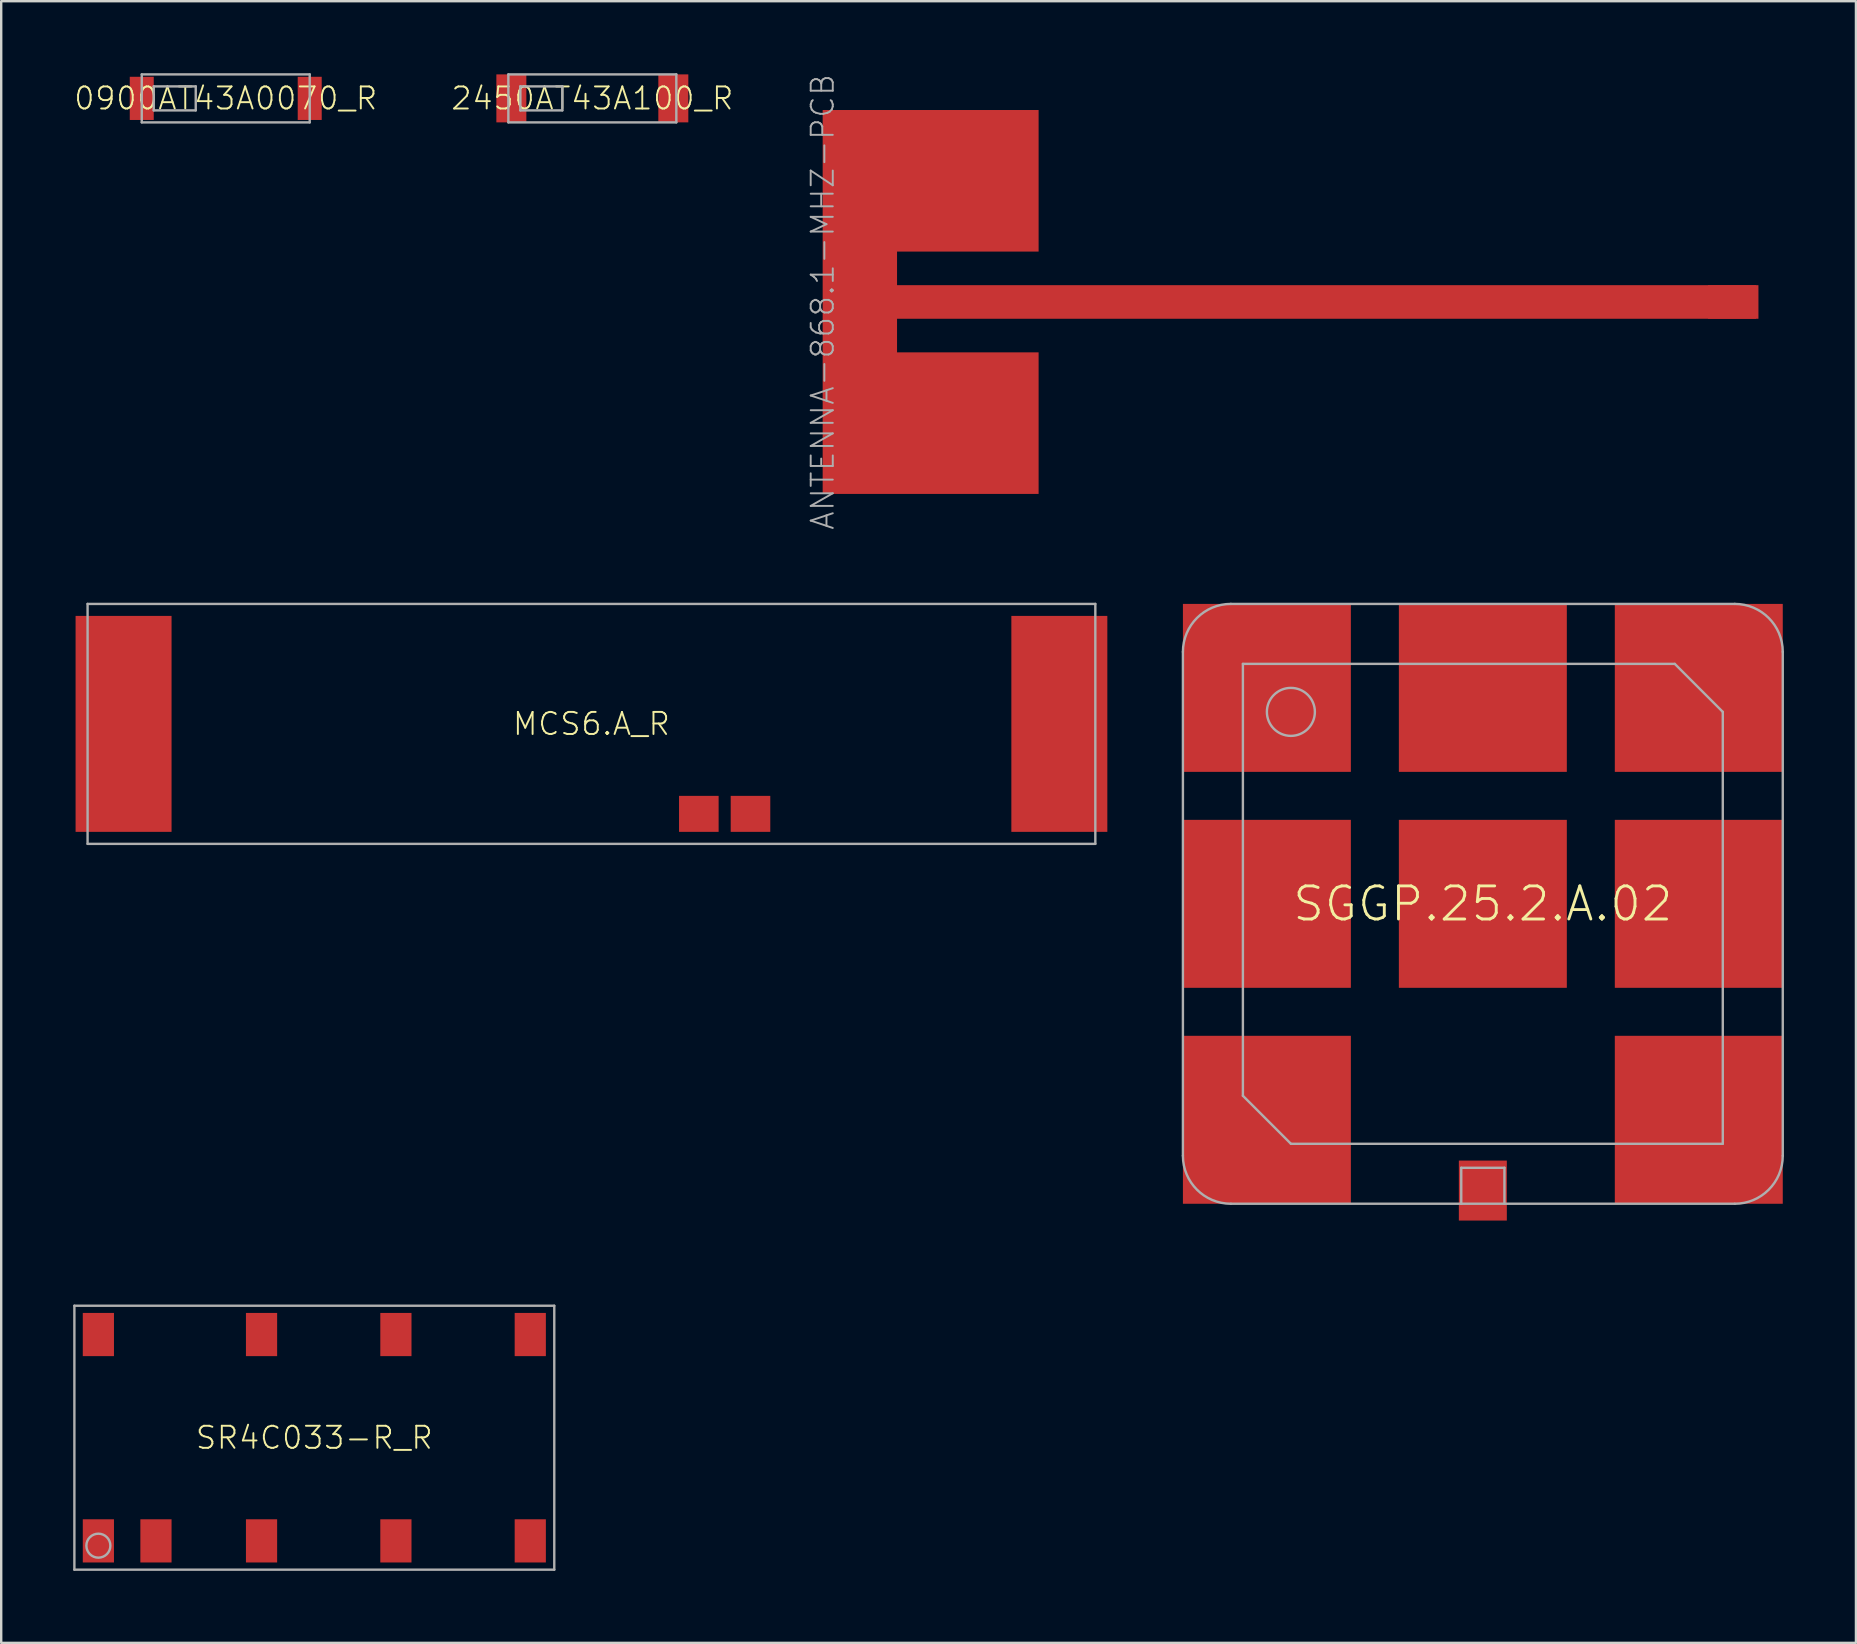
<source format=kicad_pcb>
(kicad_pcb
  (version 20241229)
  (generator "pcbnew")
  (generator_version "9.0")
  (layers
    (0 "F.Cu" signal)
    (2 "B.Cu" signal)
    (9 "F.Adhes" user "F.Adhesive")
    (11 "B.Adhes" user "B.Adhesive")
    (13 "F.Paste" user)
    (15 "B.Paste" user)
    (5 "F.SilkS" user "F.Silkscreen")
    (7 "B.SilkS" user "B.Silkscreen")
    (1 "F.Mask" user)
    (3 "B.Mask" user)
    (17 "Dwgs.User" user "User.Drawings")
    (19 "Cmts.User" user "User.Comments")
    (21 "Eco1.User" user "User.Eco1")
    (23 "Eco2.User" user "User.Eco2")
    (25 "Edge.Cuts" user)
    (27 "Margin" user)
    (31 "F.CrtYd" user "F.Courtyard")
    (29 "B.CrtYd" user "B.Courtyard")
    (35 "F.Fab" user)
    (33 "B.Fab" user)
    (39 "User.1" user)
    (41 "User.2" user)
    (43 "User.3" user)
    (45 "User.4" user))
  (footprint "ANTENNA-868.1-MHZ-PCB"
    (layer "F.Cu")
    (at 31.236 9.535)
    (property "Reference" "ANTENNA-868.1-MHZ-PCB" (at 0 0 90) (unlocked yes) (layer "F.Fab") (effects (font (size 0.92 0.92) (thickness 0.08))))
    (fp_poly (pts (xy 9 -2.1) (xy 3.1 -2.1) (xy 3.1 -0.7) (xy 39 -0.7) (xy 39 0.7) (xy 3.1 0.7) (xy 3.1 2.1) (xy 9 2.1) (xy 9 8) (xy 0 8) (xy 0 -8) (xy 9 -8)) (stroke (width 0) (type default)) (fill yes) (layer "F.Cu"))
    (pad "1" smd rect (at 37.9 0 90) (size 1.4 2) (layers "F.Cu")))
  (footprint "0900AT43A0070_R"
    (layer "F.Cu")
    (at 6.358 1.05)
    (property "Reference" "0900AT43A0070_R" (at 0 0 0) (unlocked yes) (layer "F.SilkS") (effects (font (size 0.92 0.92) (thickness 0.08))))
    (fp_poly (pts (xy -3 0.9) (xy -4 0.9) (xy -4 -0.9) (xy -3 -0.9)) (stroke (width 0) (type default)) (fill yes) (layer "F.Paste"))
    (fp_poly (pts (xy 4 0.9) (xy 3 0.9) (xy 3 -0.9) (xy 4 -0.9)) (stroke (width 0) (type default)) (fill yes) (layer "F.Paste"))
    (fp_line (start -3.5 -1) (end -3.5 1) (stroke (width 0.1) (type solid)) (layer "F.Fab"))
    (fp_line (start -3.5 1) (end 3.5 1) (stroke (width 0.1) (type solid)) (layer "F.Fab"))
    (fp_line (start -3 -0.5) (end -3 0.5) (stroke (width 0.1) (type solid)) (layer "F.Fab"))
    (fp_line (start -3 0.5) (end -1.25 0.5) (stroke (width 0.1) (type solid)) (layer "F.Fab"))
    (fp_line (start -1.25 -0.5) (end -3 -0.5) (stroke (width 0.1) (type solid)) (layer "F.Fab"))
    (fp_line (start -1.25 0.5) (end -1.25 -0.5) (stroke (width 0.1) (type solid)) (layer "F.Fab"))
    (fp_line (start 3.5 -1) (end -3.5 -1) (stroke (width 0.1) (type solid)) (layer "F.Fab"))
    (fp_line (start 3.5 1) (end 3.5 -1) (stroke (width 0.1) (type solid)) (layer "F.Fab"))
    (pad "1" smd rect (at -3.5 0 180) (size 1 1.8) (layers "F.Cu" "F.Mask"))
    (pad "2" smd rect (at 3.5 0 180) (size 1 1.8) (layers "F.Cu" "F.Mask")))
  (footprint "2450AT43A100_R"
    (layer "F.Cu")
    (at 21.637 1.05)
    (property "Reference" "2450AT43A100_R" (at 0 0 0) (unlocked yes) (layer "F.SilkS") (effects (font (size 0.92 0.92) (thickness 0.08))))
    (fp_line (start -3.5 -1) (end -3.5 1) (stroke (width 0.1) (type solid)) (layer "F.Fab"))
    (fp_line (start -3.5 1) (end 3.5 1) (stroke (width 0.1) (type solid)) (layer "F.Fab"))
    (fp_line (start -3 -0.5) (end -3 0.5) (stroke (width 0.1) (type solid)) (layer "F.Fab"))
    (fp_line (start -3 0.5) (end -1.25 0.5) (stroke (width 0.1) (type solid)) (layer "F.Fab"))
    (fp_line (start -1.25 -0.5) (end -3 -0.5) (stroke (width 0.1) (type solid)) (layer "F.Fab"))
    (fp_line (start -1.25 0.5) (end -1.25 -0.5) (stroke (width 0.1) (type solid)) (layer "F.Fab"))
    (fp_line (start 3.5 -1) (end -3.5 -1) (stroke (width 0.1) (type solid)) (layer "F.Fab"))
    (fp_line (start 3.5 1) (end 3.5 -1) (stroke (width 0.1) (type solid)) (layer "F.Fab"))
    (pad "1" smd rect (at -3.375 0 180) (size 1.25 2) (layers "F.Cu" "F.Mask" "F.Paste"))
    (pad "2" smd rect (at 3.375 0 180) (size 1.25 2) (layers "F.Cu" "F.Mask" "F.Paste")))
  (footprint "MCS6.A_R"
    (layer "F.Cu")
    (at 21.6 27.119)
    (property "Reference" "MCS6.A_R" (at 0 0 0) (unlocked yes) (layer "F.SilkS") (effects (font (size 0.92 0.92) (thickness 0.08))))
    (fp_poly (pts (xy -21.6 4.6) (xy -17.4 4.6) (xy -17.4 -4.6) (xy -21.6 -4.6)) (stroke (width 0) (type default)) (fill yes) (layer "F.Mask"))
    (fp_poly (pts (xy 3.55 4.6) (xy 5.4 4.6) (xy 5.4 2.9) (xy 3.55 2.9)) (stroke (width 0) (type default)) (fill yes) (layer "F.Mask"))
    (fp_poly (pts (xy 5.7 4.6) (xy 7.55 4.6) (xy 7.55 2.9) (xy 5.7 2.9)) (stroke (width 0) (type default)) (fill yes) (layer "F.Mask"))
    (fp_poly (pts (xy 17.4 4.6) (xy 21.6 4.6) (xy 21.6 -4.6) (xy 17.4 -4.6)) (stroke (width 0) (type default)) (fill yes) (layer "F.Mask"))
    (fp_poly (pts (xy -21 3.375) (xy -18 3.375) (xy -18 -3.375) (xy -21 -3.375)) (stroke (width 0) (type default)) (fill yes) (layer "F.Paste"))
    (fp_poly (pts (xy 3.85 4.35) (xy 5.1 4.35) (xy 5.1 3.15) (xy 3.85 3.15)) (stroke (width 0) (type default)) (fill yes) (layer "F.Paste"))
    (fp_poly (pts (xy 6 4.35) (xy 7.25 4.35) (xy 7.25 3.15) (xy 6 3.15)) (stroke (width 0) (type default)) (fill yes) (layer "F.Paste"))
    (fp_poly (pts (xy 18 3.375) (xy 21 3.375) (xy 21 -3.375) (xy 18 -3.375)) (stroke (width 0) (type default)) (fill yes) (layer "F.Paste"))
    (fp_line (start -21 -5) (end 21 -5) (stroke (width 0.1) (type solid)) (layer "F.Fab"))
    (fp_line (start -21 5) (end -21 -5) (stroke (width 0.1) (type solid)) (layer "F.Fab"))
    (fp_line (start 21 -5) (end 21 5) (stroke (width 0.1) (type solid)) (layer "F.Fab"))
    (fp_line (start 21 5) (end -21 5) (stroke (width 0.1) (type solid)) (layer "F.Fab"))
    (pad "1" smd rect (at -19.5 0 90) (size 9 4) (layers "F.Cu"))
    (pad "2" smd rect (at 19.5 0 90) (size 9 4) (layers "F.Cu"))
    (pad "3" smd rect (at 4.475 3.75) (size 1.65 1.5) (layers "F.Cu"))
    (pad "4" smd rect (at 6.628 3.75) (size 1.65 1.5) (layers "F.Cu")))
  (footprint "SR4C033-R_R"
    (layer "F.Cu")
    (at 10.05 56.869)
    (property "Reference" "SR4C033-R_R" (at 0 0 0) (unlocked yes) (layer "F.SilkS") (effects (font (size 0.92 0.92) (thickness 0.08))))
    (fp_line (start -10 -5.5) (end -10 5.5) (stroke (width 0.1) (type solid)) (layer "F.Fab"))
    (fp_line (start -10 5.5) (end 10 5.5) (stroke (width 0.1) (type solid)) (layer "F.Fab"))
    (fp_line (start 10 -5.5) (end -10 -5.5) (stroke (width 0.1) (type solid)) (layer "F.Fab"))
    (fp_line (start 10 5.5) (end 10 -5.5) (stroke (width 0.1) (type solid)) (layer "F.Fab"))
    (fp_circle (center -9 4.5) (end -8.5 4.5) (stroke (width 0.1) (type solid)) (fill no) (layer "F.Fab"))
    (pad "1" smd rect (at -9 4.3) (size 1.3 1.8) (layers "F.Cu" "F.Mask" "F.Paste"))
    (pad "2" smd rect (at -6.6 4.3) (size 1.3 1.8) (layers "F.Cu" "F.Mask" "F.Paste"))
    (pad "3" smd rect (at -2.2 4.3) (size 1.3 1.8) (layers "F.Cu" "F.Mask" "F.Paste"))
    (pad "4" smd rect (at 3.4 4.3) (size 1.3 1.8) (layers "F.Cu" "F.Mask" "F.Paste"))
    (pad "5" smd rect (at 9 4.3) (size 1.3 1.8) (layers "F.Cu" "F.Mask" "F.Paste"))
    (pad "6" smd rect (at 9 -4.3) (size 1.3 1.8) (layers "F.Cu" "F.Mask" "F.Paste"))
    (pad "7" smd rect (at 3.4 -4.3) (size 1.3 1.8) (layers "F.Cu" "F.Mask" "F.Paste"))
    (pad "8" smd rect (at -2.2 -4.3) (size 1.3 1.8) (layers "F.Cu" "F.Mask" "F.Paste"))
    (pad "9" smd rect (at -9 -4.3) (size 1.3 1.8) (layers "F.Cu" "F.Mask" "F.Paste")))
  (footprint "SGGP.25.2.A.02"
    (layer "F.Cu")
    (at 58.75 34.619)
    (property "Reference" "SGGP.25.2.A.02" (at 0 0 0) (unlocked yes) (layer "F.SilkS") (effects (font (size 1.38 1.38) (thickness 0.12))))
    (fp_poly (pts (xy -11.625 -6.375) (xy -6.375 -6.375) (xy -6.375 -11.625) (xy -11.625 -11.625)) (stroke (width 0) (type default)) (fill yes) (layer "F.Paste"))
    (fp_poly (pts (xy -11.625 2.625) (xy -6.375 2.625) (xy -6.375 -2.625) (xy -11.625 -2.625)) (stroke (width 0) (type default)) (fill yes) (layer "F.Paste"))
    (fp_poly (pts (xy -11.625 11.625) (xy -6.375 11.625) (xy -6.375 6.375) (xy -11.625 6.375)) (stroke (width 0) (type default)) (fill yes) (layer "F.Paste"))
    (fp_poly (pts (xy -2.625 -6.375) (xy 2.625 -6.375) (xy 2.625 -11.625) (xy -2.625 -11.625)) (stroke (width 0) (type default)) (fill yes) (layer "F.Paste"))
    (fp_poly (pts (xy -2.625 2.625) (xy 2.625 2.625) (xy 2.625 -2.625) (xy -2.625 -2.625)) (stroke (width 0) (type default)) (fill yes) (layer "F.Paste"))
    (fp_poly (pts (xy -0.75 12.89) (xy 0.75 12.89) (xy 0.75 11.01) (xy -0.75 11.01)) (stroke (width 0) (type default)) (fill yes) (layer "F.Paste"))
    (fp_poly (pts (xy 6.375 -6.375) (xy 11.625 -6.375) (xy 11.625 -11.625) (xy 6.375 -11.625)) (stroke (width 0) (type default)) (fill yes) (layer "F.Paste"))
    (fp_poly (pts (xy 6.375 2.625) (xy 11.625 2.625) (xy 11.625 -2.625) (xy 6.375 -2.625)) (stroke (width 0) (type default)) (fill yes) (layer "F.Paste"))
    (fp_poly (pts (xy 6.375 11.625) (xy 11.625 11.625) (xy 11.625 6.375) (xy 6.375 6.375)) (stroke (width 0) (type default)) (fill yes) (layer "F.Paste"))
    (fp_line (start -12.5 -10.5) (end -12.5 10.5) (stroke (width 0.1) (type solid)) (layer "F.Fab"))
    (fp_line (start -10.5 12.5) (end -0.9 12.5) (stroke (width 0.1) (type solid)) (layer "F.Fab"))
    (fp_line (start -10 -10) (end -10 8) (stroke (width 0.1) (type solid)) (layer "F.Fab"))
    (fp_line (start -8 10) (end -10 8) (stroke (width 0.1) (type solid)) (layer "F.Fab"))
    (fp_line (start -8 10) (end 10 10) (stroke (width 0.1) (type solid)) (layer "F.Fab"))
    (fp_line (start -0.9 11) (end 0.9 11) (stroke (width 0.1) (type solid)) (layer "F.Fab"))
    (fp_line (start -0.9 12.5) (end -0.9 11) (stroke (width 0.1) (type solid)) (layer "F.Fab"))
    (fp_line (start -0.9 12.5) (end 0.9 12.5) (stroke (width 0.1) (type solid)) (layer "F.Fab"))
    (fp_line (start 0.9 11) (end 0.9 12.5) (stroke (width 0.1) (type solid)) (layer "F.Fab"))
    (fp_line (start 0.9 12.5) (end 10.5 12.5) (stroke (width 0.1) (type solid)) (layer "F.Fab"))
    (fp_line (start 8 -10) (end -10 -10) (stroke (width 0.1) (type solid)) (layer "F.Fab"))
    (fp_line (start 10 -8) (end 8 -10) (stroke (width 0.1) (type solid)) (layer "F.Fab"))
    (fp_line (start 10 10) (end 10 -8) (stroke (width 0.1) (type solid)) (layer "F.Fab"))
    (fp_line (start 10.5 -12.5) (end -10.5 -12.5) (stroke (width 0.1) (type solid)) (layer "F.Fab"))
    (fp_line (start 12.5 10.5) (end 12.5 -10.5) (stroke (width 0.1) (type solid)) (layer "F.Fab"))
    (fp_arc (start -12.5 -10.5) (mid -11.914214 -11.914214) (end -10.5 -12.5) (stroke (width 0.1) (type solid)) (layer "F.Fab"))
    (fp_arc (start -10.5 12.5) (mid -11.914214 11.914214) (end -12.5 10.5) (stroke (width 0.1) (type solid)) (layer "F.Fab"))
    (fp_arc (start 10.5 -12.5) (mid 11.914214 -11.914214) (end 12.5 -10.5) (stroke (width 0.1) (type solid)) (layer "F.Fab"))
    (fp_arc (start 12.5 10.5) (mid 11.914214 11.914214) (end 10.5 12.5) (stroke (width 0.1) (type solid)) (layer "F.Fab"))
    (fp_circle (center -8 -8) (end -7 -8) (stroke (width 0.1) (type solid)) (fill no) (layer "F.Fab"))
    (pad "1" smd rect (at -9 -9) (size 7 7) (layers "F.Cu" "F.Mask"))
    (pad "2" smd rect (at 0 -9) (size 7 7) (layers "F.Cu" "F.Mask"))
    (pad "3" smd rect (at 9 -9) (size 7 7) (layers "F.Cu" "F.Mask"))
    (pad "4" smd rect (at -9 0) (size 7 7) (layers "F.Cu" "F.Mask"))
    (pad "5" smd rect (at 0 0) (size 7 7) (layers "F.Cu" "F.Mask"))
    (pad "6" smd rect (at 9 0) (size 7 7) (layers "F.Cu" "F.Mask"))
    (pad "7" smd rect (at -9 9) (size 7 7) (layers "F.Cu" "F.Mask"))
    (pad "8" smd rect (at 0 11.95) (size 2 2.5) (layers "F.Cu" "F.Mask" "F.Paste"))
    (pad "9" smd rect (at 9 9) (size 7 7) (layers "F.Cu" "F.Mask"))
    (zone (net_name "") (layer "F.Cu") (hatch edge 0.5) (connect_pads) (min_thickness 0.25) (filled_areas_thickness no) (keepout (tracks not_allowed) (vias not_allowed) (pads not_allowed) (copperpour not_allowed) (footprints allowed)) (placement (enabled no)) (fill) (polygon (pts (xy 56.75 48.319) (xy 60.75 48.319) (xy 60.75 44.819) (xy 56.75 44.819)))))
  (gr_rect
    (start -3 -3)
    (end 74.3 65.419)
    (stroke (width 0.1) (type default))
    (fill no)
    (layer "Edge.Cuts")))
</source>
